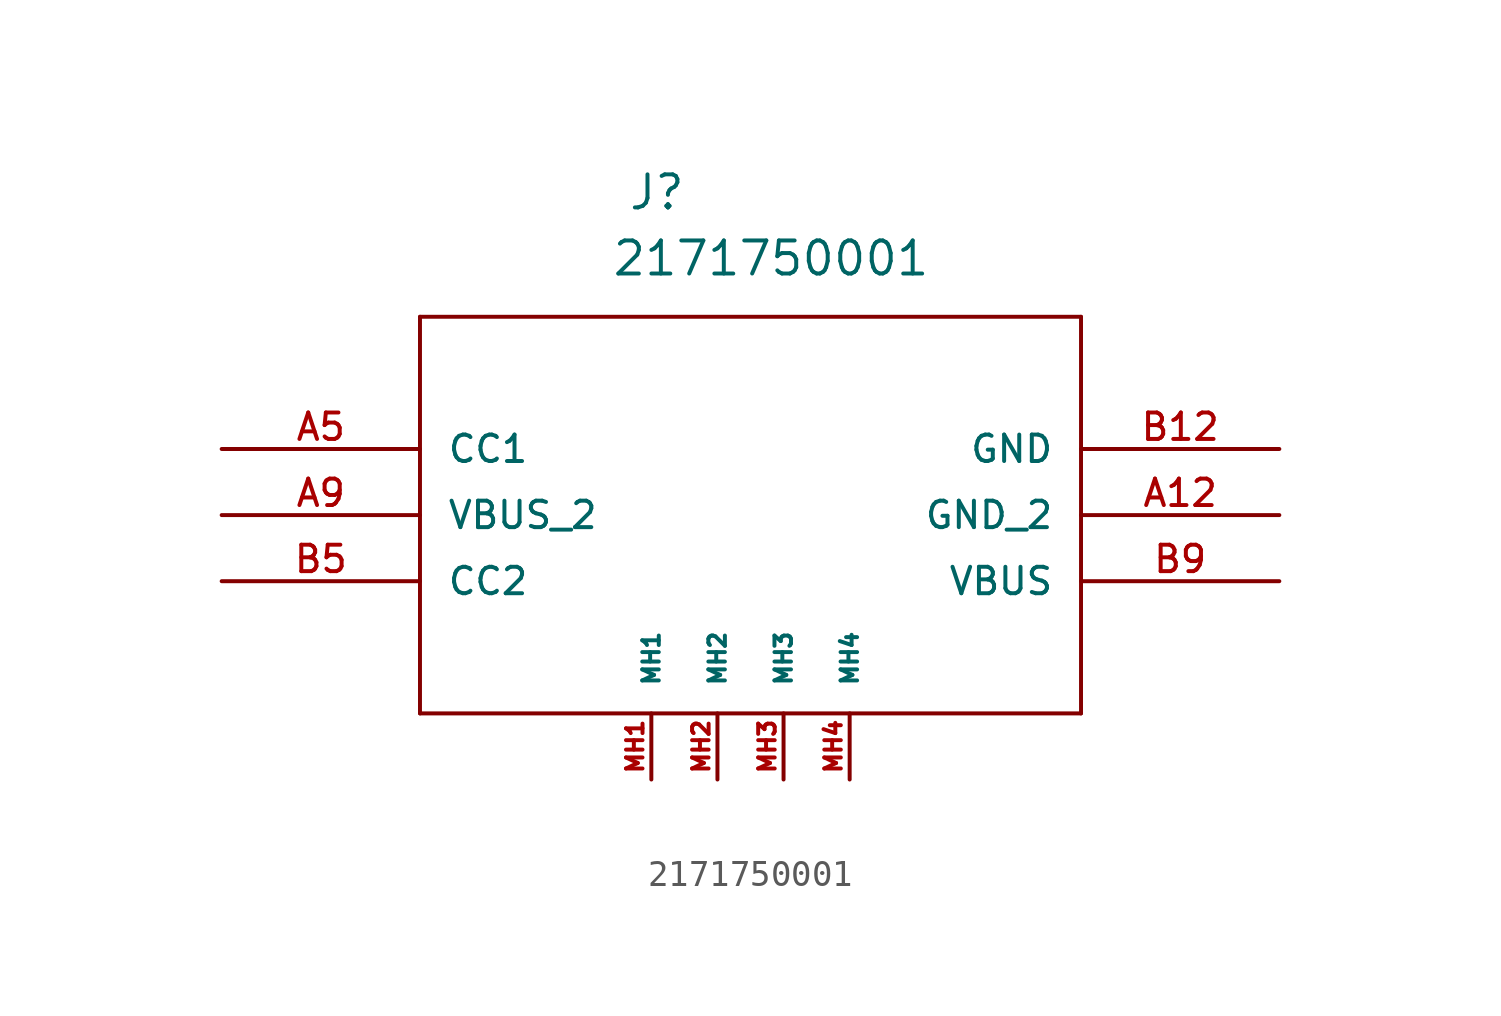
<source format=kicad_sym>
(kicad_symbol_lib
  (version 20241209)
  (generator "kicad_symbol_editor")
  (generator_version "9.0")
  (symbol "2171750001"
    (pin_names
      (offset 1.016))
    (property "Reference" "J"
      (at 15.596 9.119 0)
      (effects (font (size 1.27 1.27)) (justify left bottom)))
    (property "Value" "2171750001"
      (at 14.961 6.579 0)
      (effects (font (size 1.27 1.27)) (justify left bottom)))
    (symbol "2171750001_0_0"
      (polyline (pts (xy 7.62 5.08) (xy 7.62 -10.16)) (stroke (width 0.152) (type default)) (fill (type none)))
      (polyline (pts (xy 7.62 -10.16) (xy 33.02 -10.16)) (stroke (width 0.152) (type default)) (fill (type none)))
      (polyline (pts (xy 33.02 5.08) (xy 7.62 5.08)) (stroke (width 0.152) (type default)) (fill (type none)))
      (polyline (pts (xy 33.02 -10.16) (xy 33.02 5.08)) (stroke (width 0.152) (type default)) (fill (type none)))
      (pin bidirectional line (at 0 0 0) (length 7.62) (name "CC1" (effects (font (size 1.016 1.016)))) (number "A5" (effects (font (size 1.016 1.016)))))
      (pin power_in line (at 0 -2.54 0) (length 7.62) (name "VBUS_2" (effects (font (size 1.016 1.016)))) (number "A9" (effects (font (size 1.016 1.016)))))
      (pin bidirectional line (at 0 -5.08 0) (length 7.62) (name "CC2" (effects (font (size 1.016 1.016)))) (number "B5" (effects (font (size 1.016 1.016)))))
      (pin passive line (at 40.64 0 180) (length 7.62) (name "GND" (effects (font (size 1.016 1.016)))) (number "B12" (effects (font (size 1.016 1.016)))))
      (pin passive line (at 40.64 -2.54 180) (length 7.62) (name "GND_2" (effects (font (size 1.016 1.016)))) (number "A12" (effects (font (size 1.016 1.016)))))
      (pin power_in line (at 40.64 -5.08 180) (length 7.62) (name "VBUS" (effects (font (size 1.016 1.016)))) (number "B9" (effects (font (size 1.016 1.016))))))
    (symbol "2171750001_1_1"
      (pin input line (at 16.51 -12.7 90) (length 2.54) (name "MH1" (effects (font (size 0.635 0.635)))) (number "MH1" (effects (font (size 0.635 0.635)))))
      (pin input line (at 19.05 -12.7 90) (length 2.54) (name "MH2" (effects (font (size 0.635 0.635)))) (number "MH2" (effects (font (size 0.635 0.635)))))
      (pin input line (at 21.59 -12.7 90) (length 2.54) (name "MH3" (effects (font (size 0.635 0.635)))) (number "MH3" (effects (font (size 0.635 0.635)))))
      (pin input line (at 24.13 -12.7 90) (length 2.54) (name "MH4" (effects (font (size 0.635 0.635)))) (number "MH4" (effects (font (size 0.635 0.635))))))))
</source>
